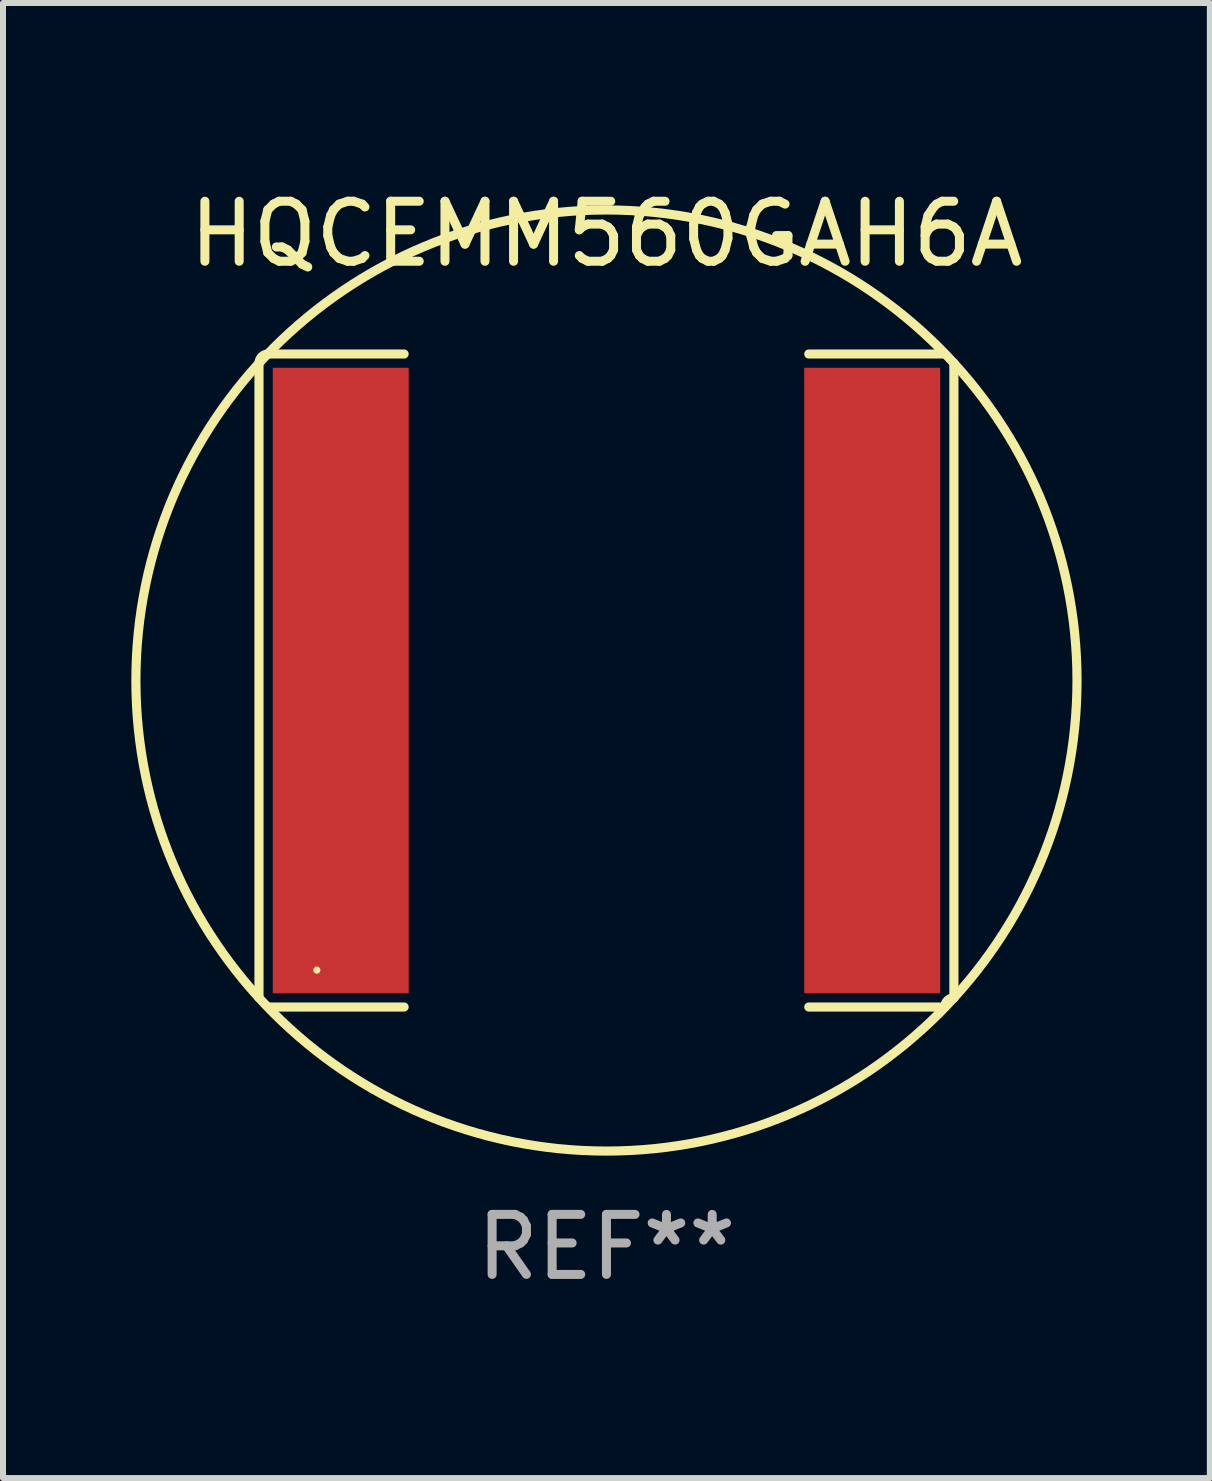
<source format=kicad_pcb>
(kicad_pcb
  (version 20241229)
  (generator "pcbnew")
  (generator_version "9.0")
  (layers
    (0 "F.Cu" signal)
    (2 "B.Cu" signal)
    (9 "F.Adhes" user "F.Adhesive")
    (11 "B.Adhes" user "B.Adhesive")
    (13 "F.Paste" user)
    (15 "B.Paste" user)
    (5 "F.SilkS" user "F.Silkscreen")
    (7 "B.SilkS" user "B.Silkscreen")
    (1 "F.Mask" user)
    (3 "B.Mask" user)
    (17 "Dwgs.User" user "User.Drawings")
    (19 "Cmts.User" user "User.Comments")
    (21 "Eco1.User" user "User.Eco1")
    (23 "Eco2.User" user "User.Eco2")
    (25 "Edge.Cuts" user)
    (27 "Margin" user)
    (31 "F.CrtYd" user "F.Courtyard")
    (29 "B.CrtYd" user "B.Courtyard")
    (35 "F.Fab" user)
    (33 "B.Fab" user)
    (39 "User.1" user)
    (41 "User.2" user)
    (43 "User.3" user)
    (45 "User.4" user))
  (footprint "HQCEMM560GAH6A"
    (layer "F.Cu")
    (at 7.054 8.288)
    (property "Reference" "HQCEMM560GAH6A" (at 0 -7.44 0) (layer "F.SilkS") (effects (font (size 1 1) (thickness 0.15))))
    (attr through_hole)
    (fp_line (start -5.789 -5.287) (end -5.789 5.287) (stroke (width 0.152) (type solid)) (layer "F.SilkS"))
    (fp_line (start -5.636 5.44) (end -3.371 5.44) (stroke (width 0.152) (type solid)) (layer "F.SilkS"))
    (fp_line (start -3.371 -5.44) (end -5.636 -5.44) (stroke (width 0.152) (type solid)) (layer "F.SilkS"))
    (fp_line (start 3.371 -5.44) (end 5.636 -5.44) (stroke (width 0.152) (type solid)) (layer "F.SilkS"))
    (fp_line (start 5.636 5.44) (end 3.371 5.44) (stroke (width 0.152) (type solid)) (layer "F.SilkS"))
    (fp_line (start 5.789 -5.287) (end 5.789 5.287) (stroke (width 0.152) (type solid)) (layer "F.SilkS"))
    (fp_arc (start -5.7886 -5.287201) (mid -5.743963 -5.394964) (end -5.6362 -5.439601) (stroke (width 0.1524) (type solid)) (layer "F.SilkS"))
    (fp_arc (start -5.7886 5.287201) (mid 5.788578 -5.287179) (end -5.7886 5.287201) (stroke (width 0.1524) (type solid)) (layer "F.SilkS"))
    (fp_arc (start 5.6362 5.439601) (mid 5.680837 5.331838) (end 5.7886 5.287201) (stroke (width 0.1524) (type solid)) (layer "F.SilkS"))
    (fp_circle (center -4.825 4.825) (end -4.795 4.825) (stroke (width 0.06) (type solid)) (fill no) (layer "F.SilkS"))
    (fp_text user "REF**" (at 0 9.44 0) (layer "F.Fab") (effects (font (size 1 1) (thickness 0.15))))
    (pad "1" smd rect (at -4.427 0) (size 2.265 10.422) (layers "F.Cu" "F.Mask" "F.Paste"))
    (pad "2" smd rect (at 4.427 0) (size 2.265 10.422) (layers "F.Cu" "F.Mask" "F.Paste")))
  (gr_rect
    (start -3 -3)
    (end 17.107 21.576)
    (stroke (width 0.1) (type default))
    (fill no)
    (layer "Edge.Cuts")))
</source>
